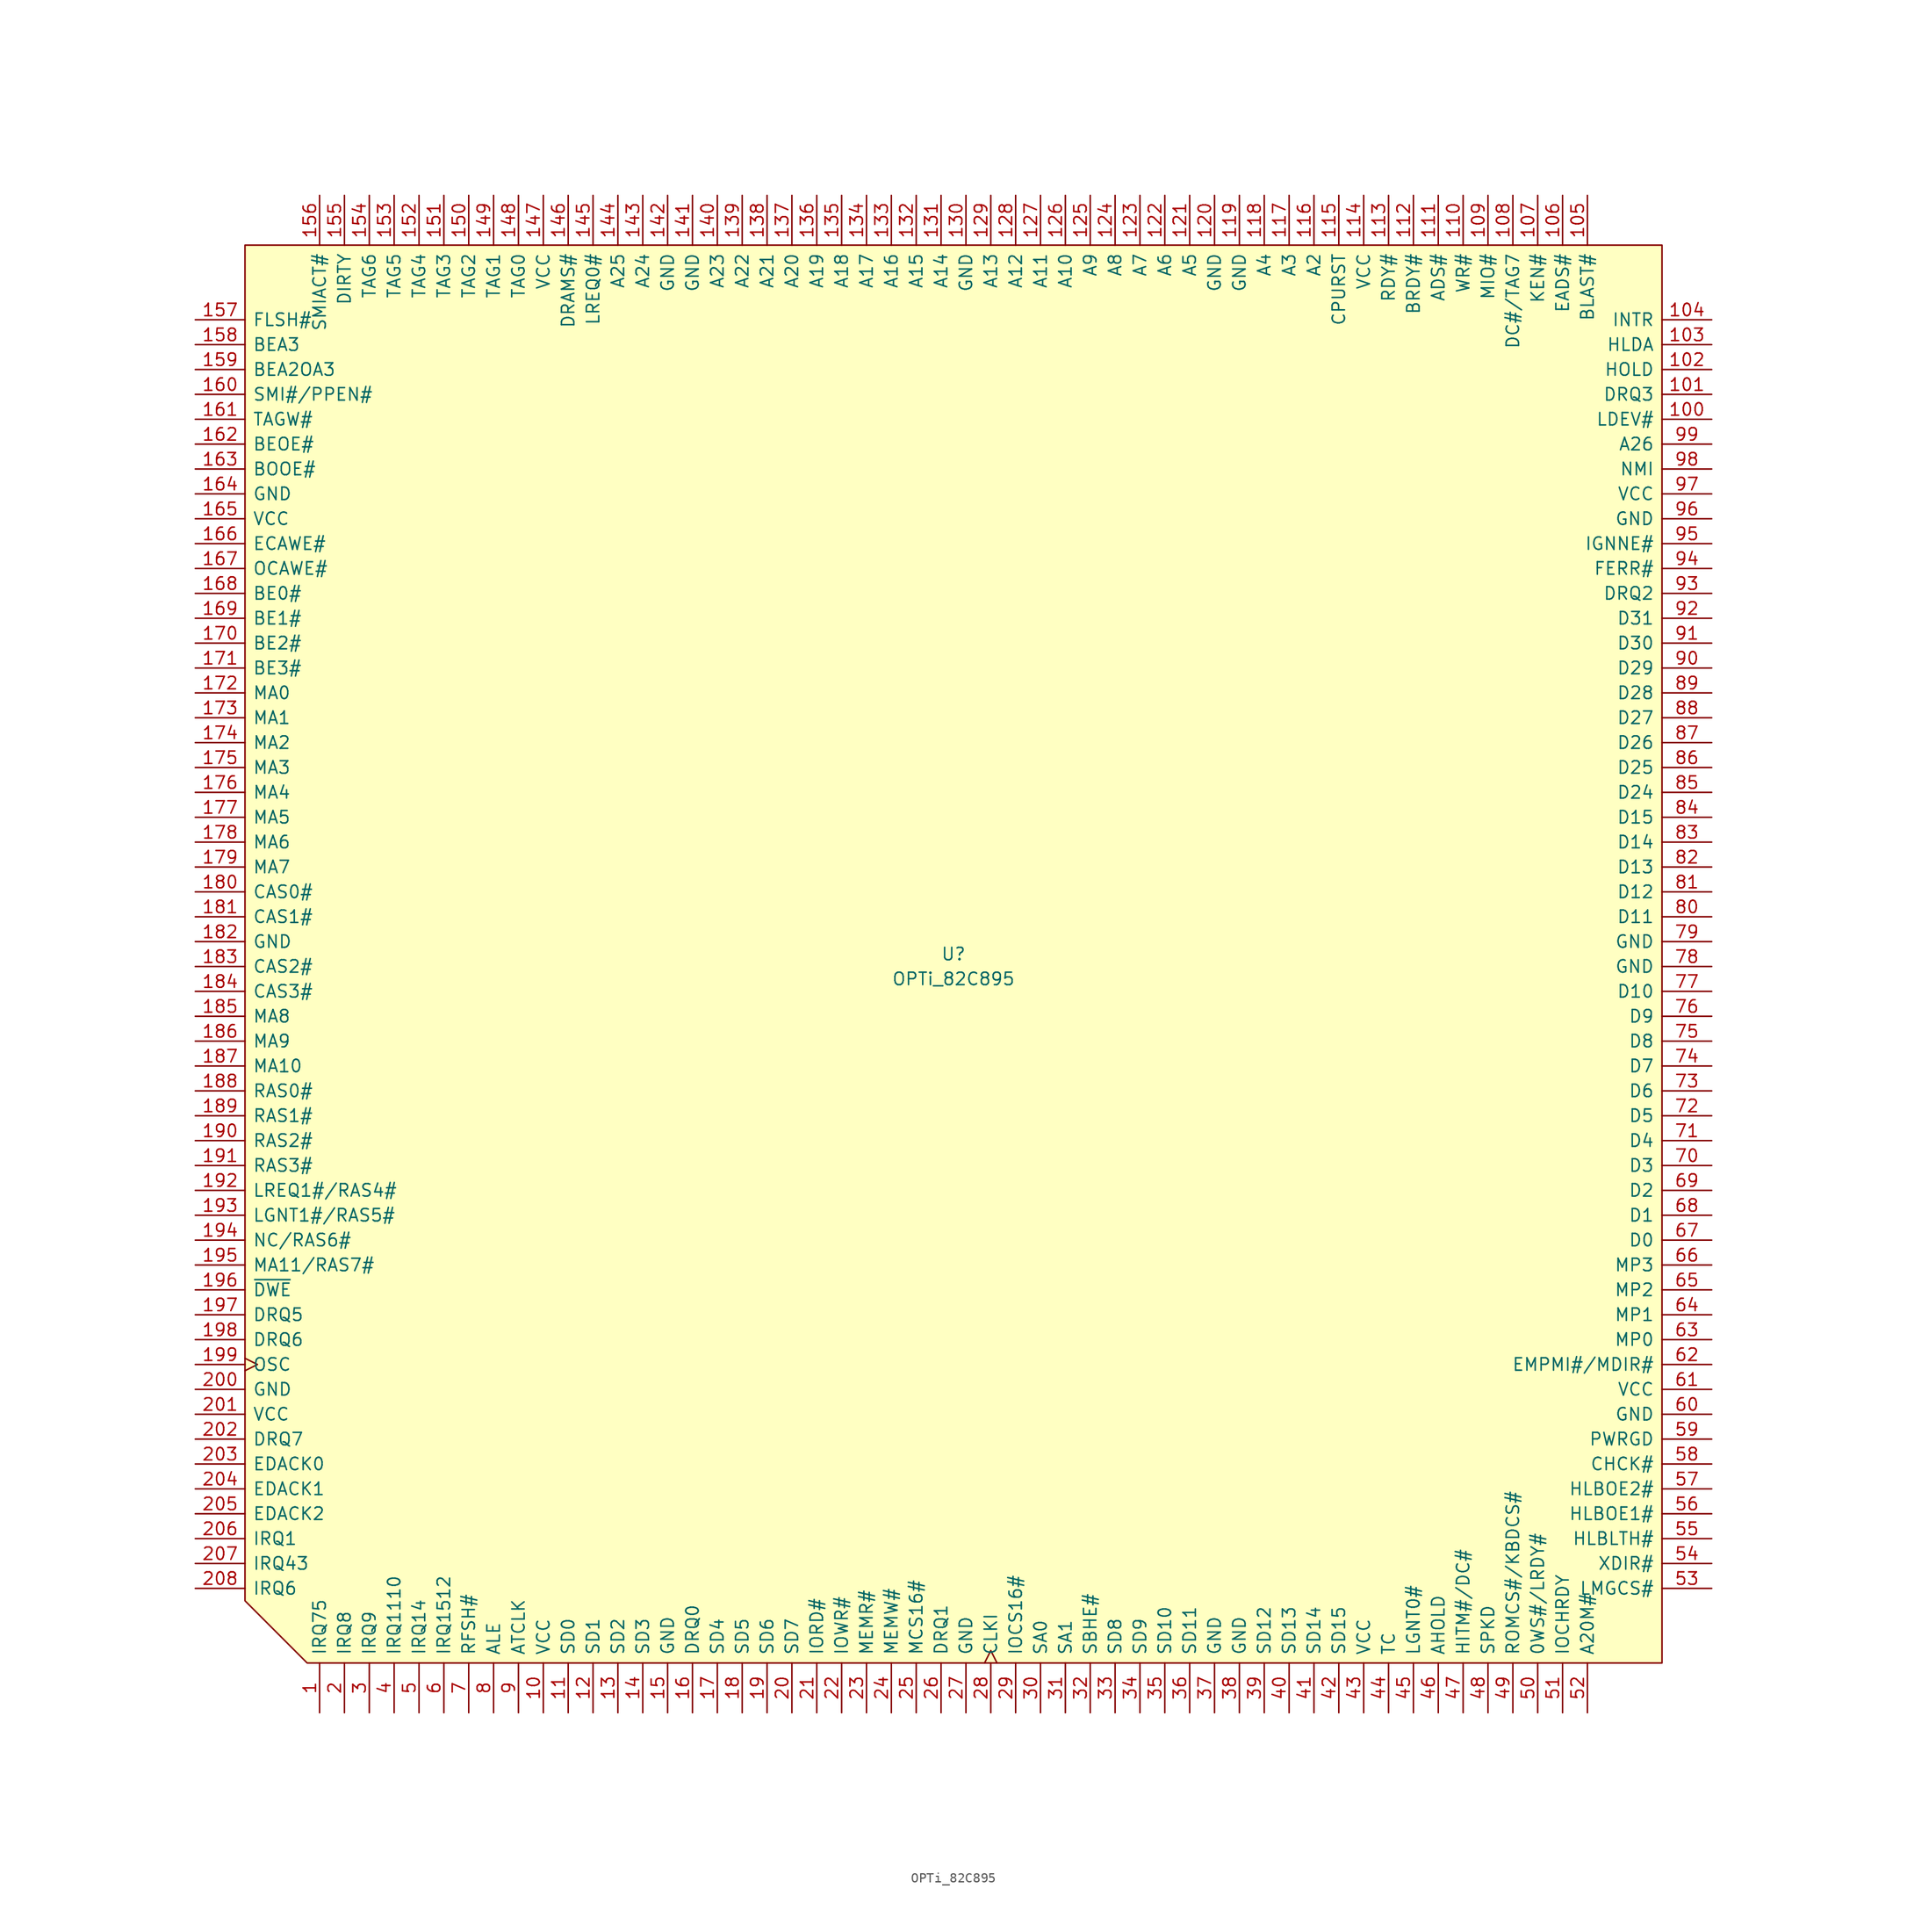
<source format=kicad_sym>
(kicad_symbol_lib
  (version 20211014)
  (generator kicad_symbol_editor)
  (symbol "OPTi_82C895"
    (pin_names
      (offset 0.762))
    (property "Reference" "U"
      (at 0 0 0)
      (effects (font (size 1.27 1.27))))
    (property "Value" "OPTi_82C895"
      (at 0 -2.54 0)
      (effects (font (size 1.27 1.27))))
    (symbol "OPTi_82C895_0_1"
      (polyline (pts (xy -66.04 -72.39) (xy 72.39 -72.39) (xy 72.39 72.39) (xy -72.39 72.39) (xy -72.39 -66.04) (xy -66.04 -72.39)) (stroke (width 0) (type default) (color 0 0 0 0)) (fill (type background))))
    (symbol "OPTi_82C895_1_1"
      (pin input line (at -64.77 -77.47 90) (length 5.08) (name "IRQ75" (effects (font (size 1.27 1.27)))) (number "1" (effects (font (size 1.27 1.27)))))
      (pin power_in line (at -41.91 -77.47 90) (length 5.08) (name "VCC" (effects (font (size 1.27 1.27)))) (number "10" (effects (font (size 1.27 1.27)))))
      (pin input line (at 77.47 54.61 180) (length 5.08) (name "LDEV#" (effects (font (size 1.27 1.27)))) (number "100" (effects (font (size 1.27 1.27)))))
      (pin open_collector line (at 77.47 57.15 180) (length 5.08) (name "DRQ3" (effects (font (size 1.27 1.27)))) (number "101" (effects (font (size 1.27 1.27)))))
      (pin output line (at 77.47 59.69 180) (length 5.08) (name "HOLD" (effects (font (size 1.27 1.27)))) (number "102" (effects (font (size 1.27 1.27)))))
      (pin input line (at 77.47 62.23 180) (length 5.08) (name "HLDA" (effects (font (size 1.27 1.27)))) (number "103" (effects (font (size 1.27 1.27)))))
      (pin output line (at 77.47 64.77 180) (length 5.08) (name "INTR" (effects (font (size 1.27 1.27)))) (number "104" (effects (font (size 1.27 1.27)))))
      (pin input line (at 64.77 77.47 270) (length 5.08) (name "BLAST#" (effects (font (size 1.27 1.27)))) (number "105" (effects (font (size 1.27 1.27)))))
      (pin output line (at 62.23 77.47 270) (length 5.08) (name "EADS#" (effects (font (size 1.27 1.27)))) (number "106" (effects (font (size 1.27 1.27)))))
      (pin output line (at 59.69 77.47 270) (length 5.08) (name "KEN#" (effects (font (size 1.27 1.27)))) (number "107" (effects (font (size 1.27 1.27)))))
      (pin bidirectional line (at 57.15 77.47 270) (length 5.08) (name "DC#/TAG7" (effects (font (size 1.27 1.27)))) (number "108" (effects (font (size 1.27 1.27)))))
      (pin bidirectional line (at 54.61 77.47 270) (length 5.08) (name "MIO#" (effects (font (size 1.27 1.27)))) (number "109" (effects (font (size 1.27 1.27)))))
      (pin bidirectional line (at -39.37 -77.47 90) (length 5.08) (name "SD0" (effects (font (size 1.27 1.27)))) (number "11" (effects (font (size 1.27 1.27)))))
      (pin bidirectional line (at 52.07 77.47 270) (length 5.08) (name "WR#" (effects (font (size 1.27 1.27)))) (number "110" (effects (font (size 1.27 1.27)))))
      (pin bidirectional line (at 49.53 77.47 270) (length 5.08) (name "ADS#" (effects (font (size 1.27 1.27)))) (number "111" (effects (font (size 1.27 1.27)))))
      (pin bidirectional line (at 46.99 77.47 270) (length 5.08) (name "BRDY#" (effects (font (size 1.27 1.27)))) (number "112" (effects (font (size 1.27 1.27)))))
      (pin bidirectional line (at 44.45 77.47 270) (length 5.08) (name "RDY#" (effects (font (size 1.27 1.27)))) (number "113" (effects (font (size 1.27 1.27)))))
      (pin power_in line (at 41.91 77.47 270) (length 5.08) (name "VCC" (effects (font (size 1.27 1.27)))) (number "114" (effects (font (size 1.27 1.27)))))
      (pin output line (at 39.37 77.47 270) (length 5.08) (name "CPURST" (effects (font (size 1.27 1.27)))) (number "115" (effects (font (size 1.27 1.27)))))
      (pin bidirectional line (at 36.83 77.47 270) (length 5.08) (name "A2" (effects (font (size 1.27 1.27)))) (number "116" (effects (font (size 1.27 1.27)))))
      (pin bidirectional line (at 34.29 77.47 270) (length 5.08) (name "A3" (effects (font (size 1.27 1.27)))) (number "117" (effects (font (size 1.27 1.27)))))
      (pin bidirectional line (at 31.75 77.47 270) (length 5.08) (name "A4" (effects (font (size 1.27 1.27)))) (number "118" (effects (font (size 1.27 1.27)))))
      (pin power_in line (at 29.21 77.47 270) (length 5.08) (name "GND" (effects (font (size 1.27 1.27)))) (number "119" (effects (font (size 1.27 1.27)))))
      (pin bidirectional line (at -36.83 -77.47 90) (length 5.08) (name "SD1" (effects (font (size 1.27 1.27)))) (number "12" (effects (font (size 1.27 1.27)))))
      (pin power_in line (at 26.67 77.47 270) (length 5.08) (name "GND" (effects (font (size 1.27 1.27)))) (number "120" (effects (font (size 1.27 1.27)))))
      (pin bidirectional line (at 24.13 77.47 270) (length 5.08) (name "A5" (effects (font (size 1.27 1.27)))) (number "121" (effects (font (size 1.27 1.27)))))
      (pin bidirectional line (at 21.59 77.47 270) (length 5.08) (name "A6" (effects (font (size 1.27 1.27)))) (number "122" (effects (font (size 1.27 1.27)))))
      (pin bidirectional line (at 19.05 77.47 270) (length 5.08) (name "A7" (effects (font (size 1.27 1.27)))) (number "123" (effects (font (size 1.27 1.27)))))
      (pin bidirectional line (at 16.51 77.47 270) (length 5.08) (name "A8" (effects (font (size 1.27 1.27)))) (number "124" (effects (font (size 1.27 1.27)))))
      (pin bidirectional line (at 13.97 77.47 270) (length 5.08) (name "A9" (effects (font (size 1.27 1.27)))) (number "125" (effects (font (size 1.27 1.27)))))
      (pin bidirectional line (at 11.43 77.47 270) (length 5.08) (name "A10" (effects (font (size 1.27 1.27)))) (number "126" (effects (font (size 1.27 1.27)))))
      (pin bidirectional line (at 8.89 77.47 270) (length 5.08) (name "A11" (effects (font (size 1.27 1.27)))) (number "127" (effects (font (size 1.27 1.27)))))
      (pin bidirectional line (at 6.35 77.47 270) (length 5.08) (name "A12" (effects (font (size 1.27 1.27)))) (number "128" (effects (font (size 1.27 1.27)))))
      (pin bidirectional line (at 3.81 77.47 270) (length 5.08) (name "A13" (effects (font (size 1.27 1.27)))) (number "129" (effects (font (size 1.27 1.27)))))
      (pin bidirectional line (at -34.29 -77.47 90) (length 5.08) (name "SD2" (effects (font (size 1.27 1.27)))) (number "13" (effects (font (size 1.27 1.27)))))
      (pin power_in line (at 1.27 77.47 270) (length 5.08) (name "GND" (effects (font (size 1.27 1.27)))) (number "130" (effects (font (size 1.27 1.27)))))
      (pin bidirectional line (at -1.27 77.47 270) (length 5.08) (name "A14" (effects (font (size 1.27 1.27)))) (number "131" (effects (font (size 1.27 1.27)))))
      (pin bidirectional line (at -3.81 77.47 270) (length 5.08) (name "A15" (effects (font (size 1.27 1.27)))) (number "132" (effects (font (size 1.27 1.27)))))
      (pin bidirectional line (at -6.35 77.47 270) (length 5.08) (name "A16" (effects (font (size 1.27 1.27)))) (number "133" (effects (font (size 1.27 1.27)))))
      (pin bidirectional line (at -8.89 77.47 270) (length 5.08) (name "A17" (effects (font (size 1.27 1.27)))) (number "134" (effects (font (size 1.27 1.27)))))
      (pin bidirectional line (at -11.43 77.47 270) (length 5.08) (name "A18" (effects (font (size 1.27 1.27)))) (number "135" (effects (font (size 1.27 1.27)))))
      (pin bidirectional line (at -13.97 77.47 270) (length 5.08) (name "A19" (effects (font (size 1.27 1.27)))) (number "136" (effects (font (size 1.27 1.27)))))
      (pin bidirectional line (at -16.51 77.47 270) (length 5.08) (name "A20" (effects (font (size 1.27 1.27)))) (number "137" (effects (font (size 1.27 1.27)))))
      (pin bidirectional line (at -19.05 77.47 270) (length 5.08) (name "A21" (effects (font (size 1.27 1.27)))) (number "138" (effects (font (size 1.27 1.27)))))
      (pin bidirectional line (at -21.59 77.47 270) (length 5.08) (name "A22" (effects (font (size 1.27 1.27)))) (number "139" (effects (font (size 1.27 1.27)))))
      (pin bidirectional line (at -31.75 -77.47 90) (length 5.08) (name "SD3" (effects (font (size 1.27 1.27)))) (number "14" (effects (font (size 1.27 1.27)))))
      (pin bidirectional line (at -24.13 77.47 270) (length 5.08) (name "A23" (effects (font (size 1.27 1.27)))) (number "140" (effects (font (size 1.27 1.27)))))
      (pin power_in line (at -26.67 77.47 270) (length 5.08) (name "GND" (effects (font (size 1.27 1.27)))) (number "141" (effects (font (size 1.27 1.27)))))
      (pin power_in line (at -29.21 77.47 270) (length 5.08) (name "GND" (effects (font (size 1.27 1.27)))) (number "142" (effects (font (size 1.27 1.27)))))
      (pin input line (at -31.75 77.47 270) (length 5.08) (name "A24" (effects (font (size 1.27 1.27)))) (number "143" (effects (font (size 1.27 1.27)))))
      (pin input line (at -34.29 77.47 270) (length 5.08) (name "A25" (effects (font (size 1.27 1.27)))) (number "144" (effects (font (size 1.27 1.27)))))
      (pin input line (at -36.83 77.47 270) (length 5.08) (name "LREQ0#" (effects (font (size 1.27 1.27)))) (number "145" (effects (font (size 1.27 1.27)))))
      (pin input line (at -39.37 77.47 270) (length 5.08) (name "DRAMS#" (effects (font (size 1.27 1.27)))) (number "146" (effects (font (size 1.27 1.27)))))
      (pin power_in line (at -41.91 77.47 270) (length 5.08) (name "VCC" (effects (font (size 1.27 1.27)))) (number "147" (effects (font (size 1.27 1.27)))))
      (pin bidirectional line (at -44.45 77.47 270) (length 5.08) (name "TAG0" (effects (font (size 1.27 1.27)))) (number "148" (effects (font (size 1.27 1.27)))))
      (pin bidirectional line (at -46.99 77.47 270) (length 5.08) (name "TAG1" (effects (font (size 1.27 1.27)))) (number "149" (effects (font (size 1.27 1.27)))))
      (pin power_in line (at -29.21 -77.47 90) (length 5.08) (name "GND" (effects (font (size 1.27 1.27)))) (number "15" (effects (font (size 1.27 1.27)))))
      (pin bidirectional line (at -49.53 77.47 270) (length 5.08) (name "TAG2" (effects (font (size 1.27 1.27)))) (number "150" (effects (font (size 1.27 1.27)))))
      (pin bidirectional line (at -52.07 77.47 270) (length 5.08) (name "TAG3" (effects (font (size 1.27 1.27)))) (number "151" (effects (font (size 1.27 1.27)))))
      (pin bidirectional line (at -54.61 77.47 270) (length 5.08) (name "TAG4" (effects (font (size 1.27 1.27)))) (number "152" (effects (font (size 1.27 1.27)))))
      (pin bidirectional line (at -57.15 77.47 270) (length 5.08) (name "TAG5" (effects (font (size 1.27 1.27)))) (number "153" (effects (font (size 1.27 1.27)))))
      (pin bidirectional line (at -59.69 77.47 270) (length 5.08) (name "TAG6" (effects (font (size 1.27 1.27)))) (number "154" (effects (font (size 1.27 1.27)))))
      (pin bidirectional line (at -62.23 77.47 270) (length 5.08) (name "DIRTY" (effects (font (size 1.27 1.27)))) (number "155" (effects (font (size 1.27 1.27)))))
      (pin bidirectional line (at -64.77 77.47 270) (length 5.08) (name "SMIACT#" (effects (font (size 1.27 1.27)))) (number "156" (effects (font (size 1.27 1.27)))))
      (pin output line (at -77.47 64.77 0) (length 5.08) (name "FLSH#" (effects (font (size 1.27 1.27)))) (number "157" (effects (font (size 1.27 1.27)))))
      (pin output line (at -77.47 62.23 0) (length 5.08) (name "BEA3" (effects (font (size 1.27 1.27)))) (number "158" (effects (font (size 1.27 1.27)))))
      (pin output line (at -77.47 59.69 0) (length 5.08) (name "BEA2OA3" (effects (font (size 1.27 1.27)))) (number "159" (effects (font (size 1.27 1.27)))))
      (pin open_collector line (at -26.67 -77.47 90) (length 5.08) (name "DRQ0" (effects (font (size 1.27 1.27)))) (number "16" (effects (font (size 1.27 1.27)))))
      (pin bidirectional line (at -77.47 57.15 0) (length 5.08) (name "SMI#/PPEN#" (effects (font (size 1.27 1.27)))) (number "160" (effects (font (size 1.27 1.27)))))
      (pin output line (at -77.47 54.61 0) (length 5.08) (name "TAGW#" (effects (font (size 1.27 1.27)))) (number "161" (effects (font (size 1.27 1.27)))))
      (pin output line (at -77.47 52.07 0) (length 5.08) (name "BEOE#" (effects (font (size 1.27 1.27)))) (number "162" (effects (font (size 1.27 1.27)))))
      (pin output line (at -77.47 49.53 0) (length 5.08) (name "BOOE#" (effects (font (size 1.27 1.27)))) (number "163" (effects (font (size 1.27 1.27)))))
      (pin power_in line (at -77.47 46.99 0) (length 5.08) (name "GND" (effects (font (size 1.27 1.27)))) (number "164" (effects (font (size 1.27 1.27)))))
      (pin power_in line (at -77.47 44.45 0) (length 5.08) (name "VCC" (effects (font (size 1.27 1.27)))) (number "165" (effects (font (size 1.27 1.27)))))
      (pin output line (at -77.47 41.91 0) (length 5.08) (name "ECAWE#" (effects (font (size 1.27 1.27)))) (number "166" (effects (font (size 1.27 1.27)))))
      (pin output line (at -77.47 39.37 0) (length 5.08) (name "OCAWE#" (effects (font (size 1.27 1.27)))) (number "167" (effects (font (size 1.27 1.27)))))
      (pin bidirectional line (at -77.47 36.83 0) (length 5.08) (name "BE0#" (effects (font (size 1.27 1.27)))) (number "168" (effects (font (size 1.27 1.27)))))
      (pin bidirectional line (at -77.47 34.29 0) (length 5.08) (name "BE1#" (effects (font (size 1.27 1.27)))) (number "169" (effects (font (size 1.27 1.27)))))
      (pin bidirectional line (at -24.13 -77.47 90) (length 5.08) (name "SD4" (effects (font (size 1.27 1.27)))) (number "17" (effects (font (size 1.27 1.27)))))
      (pin bidirectional line (at -77.47 31.75 0) (length 5.08) (name "BE2#" (effects (font (size 1.27 1.27)))) (number "170" (effects (font (size 1.27 1.27)))))
      (pin bidirectional line (at -77.47 29.21 0) (length 5.08) (name "BE3#" (effects (font (size 1.27 1.27)))) (number "171" (effects (font (size 1.27 1.27)))))
      (pin output line (at -77.47 26.67 0) (length 5.08) (name "MA0" (effects (font (size 1.27 1.27)))) (number "172" (effects (font (size 1.27 1.27)))))
      (pin output line (at -77.47 24.13 0) (length 5.08) (name "MA1" (effects (font (size 1.27 1.27)))) (number "173" (effects (font (size 1.27 1.27)))))
      (pin output line (at -77.47 21.59 0) (length 5.08) (name "MA2" (effects (font (size 1.27 1.27)))) (number "174" (effects (font (size 1.27 1.27)))))
      (pin output line (at -77.47 19.05 0) (length 5.08) (name "MA3" (effects (font (size 1.27 1.27)))) (number "175" (effects (font (size 1.27 1.27)))))
      (pin output line (at -77.47 16.51 0) (length 5.08) (name "MA4" (effects (font (size 1.27 1.27)))) (number "176" (effects (font (size 1.27 1.27)))))
      (pin output line (at -77.47 13.97 0) (length 5.08) (name "MA5" (effects (font (size 1.27 1.27)))) (number "177" (effects (font (size 1.27 1.27)))))
      (pin output line (at -77.47 11.43 0) (length 5.08) (name "MA6" (effects (font (size 1.27 1.27)))) (number "178" (effects (font (size 1.27 1.27)))))
      (pin output line (at -77.47 8.89 0) (length 5.08) (name "MA7" (effects (font (size 1.27 1.27)))) (number "179" (effects (font (size 1.27 1.27)))))
      (pin bidirectional line (at -21.59 -77.47 90) (length 5.08) (name "SD5" (effects (font (size 1.27 1.27)))) (number "18" (effects (font (size 1.27 1.27)))))
      (pin output line (at -77.47 6.35 0) (length 5.08) (name "CAS0#" (effects (font (size 1.27 1.27)))) (number "180" (effects (font (size 1.27 1.27)))))
      (pin output line (at -77.47 3.81 0) (length 5.08) (name "CAS1#" (effects (font (size 1.27 1.27)))) (number "181" (effects (font (size 1.27 1.27)))))
      (pin power_in line (at -77.47 1.27 0) (length 5.08) (name "GND" (effects (font (size 1.27 1.27)))) (number "182" (effects (font (size 1.27 1.27)))))
      (pin output line (at -77.47 -1.27 0) (length 5.08) (name "CAS2#" (effects (font (size 1.27 1.27)))) (number "183" (effects (font (size 1.27 1.27)))))
      (pin output line (at -77.47 -3.81 0) (length 5.08) (name "CAS3#" (effects (font (size 1.27 1.27)))) (number "184" (effects (font (size 1.27 1.27)))))
      (pin output line (at -77.47 -6.35 0) (length 5.08) (name "MA8" (effects (font (size 1.27 1.27)))) (number "185" (effects (font (size 1.27 1.27)))))
      (pin output line (at -77.47 -8.89 0) (length 5.08) (name "MA9" (effects (font (size 1.27 1.27)))) (number "186" (effects (font (size 1.27 1.27)))))
      (pin output line (at -77.47 -11.43 0) (length 5.08) (name "MA10" (effects (font (size 1.27 1.27)))) (number "187" (effects (font (size 1.27 1.27)))))
      (pin output line (at -77.47 -13.97 0) (length 5.08) (name "RAS0#" (effects (font (size 1.27 1.27)))) (number "188" (effects (font (size 1.27 1.27)))))
      (pin output line (at -77.47 -16.51 0) (length 5.08) (name "RAS1#" (effects (font (size 1.27 1.27)))) (number "189" (effects (font (size 1.27 1.27)))))
      (pin bidirectional line (at -19.05 -77.47 90) (length 5.08) (name "SD6" (effects (font (size 1.27 1.27)))) (number "19" (effects (font (size 1.27 1.27)))))
      (pin output line (at -77.47 -19.05 0) (length 5.08) (name "RAS2#" (effects (font (size 1.27 1.27)))) (number "190" (effects (font (size 1.27 1.27)))))
      (pin output line (at -77.47 -21.59 0) (length 5.08) (name "RAS3#" (effects (font (size 1.27 1.27)))) (number "191" (effects (font (size 1.27 1.27)))))
      (pin input line (at -77.47 -24.13 0) (length 5.08) (name "LREQ1#/RAS4#" (effects (font (size 1.27 1.27)))) (number "192" (effects (font (size 1.27 1.27)))))
      (pin output line (at -77.47 -26.67 0) (length 5.08) (name "LGNT1#/RAS5#" (effects (font (size 1.27 1.27)))) (number "193" (effects (font (size 1.27 1.27)))))
      (pin output line (at -77.47 -29.21 0) (length 5.08) (name "NC/RAS6#" (effects (font (size 1.27 1.27)))) (number "194" (effects (font (size 1.27 1.27)))))
      (pin output line (at -77.47 -31.75 0) (length 5.08) (name "MA11/RAS7#" (effects (font (size 1.27 1.27)))) (number "195" (effects (font (size 1.27 1.27)))))
      (pin output line (at -77.47 -34.29 0) (length 5.08) (name "~{DWE}" (effects (font (size 1.27 1.27)))) (number "196" (effects (font (size 1.27 1.27)))))
      (pin open_collector line (at -77.47 -36.83 0) (length 5.08) (name "DRQ5" (effects (font (size 1.27 1.27)))) (number "197" (effects (font (size 1.27 1.27)))))
      (pin open_collector line (at -77.47 -39.37 0) (length 5.08) (name "DRQ6" (effects (font (size 1.27 1.27)))) (number "198" (effects (font (size 1.27 1.27)))))
      (pin input clock (at -77.47 -41.91 0) (length 5.08) (name "OSC" (effects (font (size 1.27 1.27)))) (number "199" (effects (font (size 1.27 1.27)))))
      (pin input line (at -62.23 -77.47 90) (length 5.08) (name "IRQ8" (effects (font (size 1.27 1.27)))) (number "2" (effects (font (size 1.27 1.27)))))
      (pin bidirectional line (at -16.51 -77.47 90) (length 5.08) (name "SD7" (effects (font (size 1.27 1.27)))) (number "20" (effects (font (size 1.27 1.27)))))
      (pin power_in line (at -77.47 -44.45 0) (length 5.08) (name "GND" (effects (font (size 1.27 1.27)))) (number "200" (effects (font (size 1.27 1.27)))))
      (pin power_in line (at -77.47 -46.99 0) (length 5.08) (name "VCC" (effects (font (size 1.27 1.27)))) (number "201" (effects (font (size 1.27 1.27)))))
      (pin open_collector line (at -77.47 -49.53 0) (length 5.08) (name "DRQ7" (effects (font (size 1.27 1.27)))) (number "202" (effects (font (size 1.27 1.27)))))
      (pin output line (at -77.47 -52.07 0) (length 5.08) (name "EDACK0" (effects (font (size 1.27 1.27)))) (number "203" (effects (font (size 1.27 1.27)))))
      (pin output line (at -77.47 -54.61 0) (length 5.08) (name "EDACK1" (effects (font (size 1.27 1.27)))) (number "204" (effects (font (size 1.27 1.27)))))
      (pin output line (at -77.47 -57.15 0) (length 5.08) (name "EDACK2" (effects (font (size 1.27 1.27)))) (number "205" (effects (font (size 1.27 1.27)))))
      (pin input line (at -77.47 -59.69 0) (length 5.08) (name "IRQ1" (effects (font (size 1.27 1.27)))) (number "206" (effects (font (size 1.27 1.27)))))
      (pin input line (at -77.47 -62.23 0) (length 5.08) (name "IRQ43" (effects (font (size 1.27 1.27)))) (number "207" (effects (font (size 1.27 1.27)))))
      (pin input line (at -77.47 -64.77 0) (length 5.08) (name "IRQ6" (effects (font (size 1.27 1.27)))) (number "208" (effects (font (size 1.27 1.27)))))
      (pin bidirectional line (at -13.97 -77.47 90) (length 5.08) (name "IORD#" (effects (font (size 1.27 1.27)))) (number "21" (effects (font (size 1.27 1.27)))))
      (pin bidirectional line (at -11.43 -77.47 90) (length 5.08) (name "IOWR#" (effects (font (size 1.27 1.27)))) (number "22" (effects (font (size 1.27 1.27)))))
      (pin bidirectional line (at -8.89 -77.47 90) (length 5.08) (name "MEMR#" (effects (font (size 1.27 1.27)))) (number "23" (effects (font (size 1.27 1.27)))))
      (pin bidirectional line (at -6.35 -77.47 90) (length 5.08) (name "MEMW#" (effects (font (size 1.27 1.27)))) (number "24" (effects (font (size 1.27 1.27)))))
      (pin bidirectional line (at -3.81 -77.47 90) (length 5.08) (name "MCS16#" (effects (font (size 1.27 1.27)))) (number "25" (effects (font (size 1.27 1.27)))))
      (pin open_collector line (at -1.27 -77.47 90) (length 5.08) (name "DRQ1" (effects (font (size 1.27 1.27)))) (number "26" (effects (font (size 1.27 1.27)))))
      (pin power_in line (at 1.27 -77.47 90) (length 5.08) (name "GND" (effects (font (size 1.27 1.27)))) (number "27" (effects (font (size 1.27 1.27)))))
      (pin input clock (at 3.81 -77.47 90) (length 5.08) (name "CLKI" (effects (font (size 1.27 1.27)))) (number "28" (effects (font (size 1.27 1.27)))))
      (pin input line (at 6.35 -77.47 90) (length 5.08) (name "IOCS16#" (effects (font (size 1.27 1.27)))) (number "29" (effects (font (size 1.27 1.27)))))
      (pin input line (at -59.69 -77.47 90) (length 5.08) (name "IRQ9" (effects (font (size 1.27 1.27)))) (number "3" (effects (font (size 1.27 1.27)))))
      (pin bidirectional line (at 8.89 -77.47 90) (length 5.08) (name "SA0" (effects (font (size 1.27 1.27)))) (number "30" (effects (font (size 1.27 1.27)))))
      (pin bidirectional line (at 11.43 -77.47 90) (length 5.08) (name "SA1" (effects (font (size 1.27 1.27)))) (number "31" (effects (font (size 1.27 1.27)))))
      (pin bidirectional line (at 13.97 -77.47 90) (length 5.08) (name "SBHE#" (effects (font (size 1.27 1.27)))) (number "32" (effects (font (size 1.27 1.27)))))
      (pin bidirectional line (at 16.51 -77.47 90) (length 5.08) (name "SD8" (effects (font (size 1.27 1.27)))) (number "33" (effects (font (size 1.27 1.27)))))
      (pin bidirectional line (at 19.05 -77.47 90) (length 5.08) (name "SD9" (effects (font (size 1.27 1.27)))) (number "34" (effects (font (size 1.27 1.27)))))
      (pin bidirectional line (at 21.59 -77.47 90) (length 5.08) (name "SD10" (effects (font (size 1.27 1.27)))) (number "35" (effects (font (size 1.27 1.27)))))
      (pin bidirectional line (at 24.13 -77.47 90) (length 5.08) (name "SD11" (effects (font (size 1.27 1.27)))) (number "36" (effects (font (size 1.27 1.27)))))
      (pin power_in line (at 26.67 -77.47 90) (length 5.08) (name "GND" (effects (font (size 1.27 1.27)))) (number "37" (effects (font (size 1.27 1.27)))))
      (pin power_in line (at 29.21 -77.47 90) (length 5.08) (name "GND" (effects (font (size 1.27 1.27)))) (number "38" (effects (font (size 1.27 1.27)))))
      (pin bidirectional line (at 31.75 -77.47 90) (length 5.08) (name "SD12" (effects (font (size 1.27 1.27)))) (number "39" (effects (font (size 1.27 1.27)))))
      (pin input line (at -57.15 -77.47 90) (length 5.08) (name "IRQ1110" (effects (font (size 1.27 1.27)))) (number "4" (effects (font (size 1.27 1.27)))))
      (pin bidirectional line (at 34.29 -77.47 90) (length 5.08) (name "SD13" (effects (font (size 1.27 1.27)))) (number "40" (effects (font (size 1.27 1.27)))))
      (pin bidirectional line (at 36.83 -77.47 90) (length 5.08) (name "SD14" (effects (font (size 1.27 1.27)))) (number "41" (effects (font (size 1.27 1.27)))))
      (pin bidirectional line (at 39.37 -77.47 90) (length 5.08) (name "SD15" (effects (font (size 1.27 1.27)))) (number "42" (effects (font (size 1.27 1.27)))))
      (pin power_in line (at 41.91 -77.47 90) (length 5.08) (name "VCC" (effects (font (size 1.27 1.27)))) (number "43" (effects (font (size 1.27 1.27)))))
      (pin output line (at 44.45 -77.47 90) (length 5.08) (name "TC" (effects (font (size 1.27 1.27)))) (number "44" (effects (font (size 1.27 1.27)))))
      (pin output line (at 46.99 -77.47 90) (length 5.08) (name "LGNT0#" (effects (font (size 1.27 1.27)))) (number "45" (effects (font (size 1.27 1.27)))))
      (pin output line (at 49.53 -77.47 90) (length 5.08) (name "AHOLD" (effects (font (size 1.27 1.27)))) (number "46" (effects (font (size 1.27 1.27)))))
      (pin input line (at 52.07 -77.47 90) (length 5.08) (name "HITM#/DC#" (effects (font (size 1.27 1.27)))) (number "47" (effects (font (size 1.27 1.27)))))
      (pin output line (at 54.61 -77.47 90) (length 5.08) (name "SPKD" (effects (font (size 1.27 1.27)))) (number "48" (effects (font (size 1.27 1.27)))))
      (pin output line (at 57.15 -77.47 90) (length 5.08) (name "ROMCS#/KBDCS#" (effects (font (size 1.27 1.27)))) (number "49" (effects (font (size 1.27 1.27)))))
      (pin input line (at -54.61 -77.47 90) (length 5.08) (name "IRQ14" (effects (font (size 1.27 1.27)))) (number "5" (effects (font (size 1.27 1.27)))))
      (pin input line (at 59.69 -77.47 90) (length 5.08) (name "0WS#/LRDY#" (effects (font (size 1.27 1.27)))) (number "50" (effects (font (size 1.27 1.27)))))
      (pin bidirectional line (at 62.23 -77.47 90) (length 5.08) (name "IOCHRDY" (effects (font (size 1.27 1.27)))) (number "51" (effects (font (size 1.27 1.27)))))
      (pin output line (at 64.77 -77.47 90) (length 5.08) (name "A20M#" (effects (font (size 1.27 1.27)))) (number "52" (effects (font (size 1.27 1.27)))))
      (pin output line (at 77.47 -64.77 180) (length 5.08) (name "LMGCS#" (effects (font (size 1.27 1.27)))) (number "53" (effects (font (size 1.27 1.27)))))
      (pin output line (at 77.47 -62.23 180) (length 5.08) (name "XDIR#" (effects (font (size 1.27 1.27)))) (number "54" (effects (font (size 1.27 1.27)))))
      (pin output line (at 77.47 -59.69 180) (length 5.08) (name "HLBLTH#" (effects (font (size 1.27 1.27)))) (number "55" (effects (font (size 1.27 1.27)))))
      (pin output line (at 77.47 -57.15 180) (length 5.08) (name "HLBOE1#" (effects (font (size 1.27 1.27)))) (number "56" (effects (font (size 1.27 1.27)))))
      (pin output line (at 77.47 -54.61 180) (length 5.08) (name "HLBOE2#" (effects (font (size 1.27 1.27)))) (number "57" (effects (font (size 1.27 1.27)))))
      (pin input line (at 77.47 -52.07 180) (length 5.08) (name "CHCK#" (effects (font (size 1.27 1.27)))) (number "58" (effects (font (size 1.27 1.27)))))
      (pin input line (at 77.47 -49.53 180) (length 5.08) (name "PWRGD" (effects (font (size 1.27 1.27)))) (number "59" (effects (font (size 1.27 1.27)))))
      (pin input line (at -52.07 -77.47 90) (length 5.08) (name "IRQ1512" (effects (font (size 1.27 1.27)))) (number "6" (effects (font (size 1.27 1.27)))))
      (pin power_in line (at 77.47 -46.99 180) (length 5.08) (name "GND" (effects (font (size 1.27 1.27)))) (number "60" (effects (font (size 1.27 1.27)))))
      (pin power_in line (at 77.47 -44.45 180) (length 5.08) (name "VCC" (effects (font (size 1.27 1.27)))) (number "61" (effects (font (size 1.27 1.27)))))
      (pin bidirectional line (at 77.47 -41.91 180) (length 5.08) (name "EMPMI#/MDIR#" (effects (font (size 1.27 1.27)))) (number "62" (effects (font (size 1.27 1.27)))))
      (pin bidirectional line (at 77.47 -39.37 180) (length 5.08) (name "MP0" (effects (font (size 1.27 1.27)))) (number "63" (effects (font (size 1.27 1.27)))))
      (pin bidirectional line (at 77.47 -36.83 180) (length 5.08) (name "MP1" (effects (font (size 1.27 1.27)))) (number "64" (effects (font (size 1.27 1.27)))))
      (pin bidirectional line (at 77.47 -34.29 180) (length 5.08) (name "MP2" (effects (font (size 1.27 1.27)))) (number "65" (effects (font (size 1.27 1.27)))))
      (pin bidirectional line (at 77.47 -31.75 180) (length 5.08) (name "MP3" (effects (font (size 1.27 1.27)))) (number "66" (effects (font (size 1.27 1.27)))))
      (pin bidirectional line (at 77.47 -29.21 180) (length 5.08) (name "D0" (effects (font (size 1.27 1.27)))) (number "67" (effects (font (size 1.27 1.27)))))
      (pin bidirectional line (at 77.47 -26.67 180) (length 5.08) (name "D1" (effects (font (size 1.27 1.27)))) (number "68" (effects (font (size 1.27 1.27)))))
      (pin bidirectional line (at 77.47 -24.13 180) (length 5.08) (name "D2" (effects (font (size 1.27 1.27)))) (number "69" (effects (font (size 1.27 1.27)))))
      (pin bidirectional line (at -49.53 -77.47 90) (length 5.08) (name "RFSH#" (effects (font (size 1.27 1.27)))) (number "7" (effects (font (size 1.27 1.27)))))
      (pin bidirectional line (at 77.47 -21.59 180) (length 5.08) (name "D3" (effects (font (size 1.27 1.27)))) (number "70" (effects (font (size 1.27 1.27)))))
      (pin bidirectional line (at 77.47 -19.05 180) (length 5.08) (name "D4" (effects (font (size 1.27 1.27)))) (number "71" (effects (font (size 1.27 1.27)))))
      (pin bidirectional line (at 77.47 -16.51 180) (length 5.08) (name "D5" (effects (font (size 1.27 1.27)))) (number "72" (effects (font (size 1.27 1.27)))))
      (pin bidirectional line (at 77.47 -13.97 180) (length 5.08) (name "D6" (effects (font (size 1.27 1.27)))) (number "73" (effects (font (size 1.27 1.27)))))
      (pin bidirectional line (at 77.47 -11.43 180) (length 5.08) (name "D7" (effects (font (size 1.27 1.27)))) (number "74" (effects (font (size 1.27 1.27)))))
      (pin bidirectional line (at 77.47 -8.89 180) (length 5.08) (name "D8" (effects (font (size 1.27 1.27)))) (number "75" (effects (font (size 1.27 1.27)))))
      (pin bidirectional line (at 77.47 -6.35 180) (length 5.08) (name "D9" (effects (font (size 1.27 1.27)))) (number "76" (effects (font (size 1.27 1.27)))))
      (pin bidirectional line (at 77.47 -3.81 180) (length 5.08) (name "D10" (effects (font (size 1.27 1.27)))) (number "77" (effects (font (size 1.27 1.27)))))
      (pin power_in line (at 77.47 -1.27 180) (length 5.08) (name "GND" (effects (font (size 1.27 1.27)))) (number "78" (effects (font (size 1.27 1.27)))))
      (pin power_in line (at 77.47 1.27 180) (length 5.08) (name "GND" (effects (font (size 1.27 1.27)))) (number "79" (effects (font (size 1.27 1.27)))))
      (pin output line (at -46.99 -77.47 90) (length 5.08) (name "ALE" (effects (font (size 1.27 1.27)))) (number "8" (effects (font (size 1.27 1.27)))))
      (pin bidirectional line (at 77.47 3.81 180) (length 5.08) (name "D11" (effects (font (size 1.27 1.27)))) (number "80" (effects (font (size 1.27 1.27)))))
      (pin bidirectional line (at 77.47 6.35 180) (length 5.08) (name "D12" (effects (font (size 1.27 1.27)))) (number "81" (effects (font (size 1.27 1.27)))))
      (pin bidirectional line (at 77.47 8.89 180) (length 5.08) (name "D13" (effects (font (size 1.27 1.27)))) (number "82" (effects (font (size 1.27 1.27)))))
      (pin bidirectional line (at 77.47 11.43 180) (length 5.08) (name "D14" (effects (font (size 1.27 1.27)))) (number "83" (effects (font (size 1.27 1.27)))))
      (pin bidirectional line (at 77.47 13.97 180) (length 5.08) (name "D15" (effects (font (size 1.27 1.27)))) (number "84" (effects (font (size 1.27 1.27)))))
      (pin bidirectional line (at 77.47 16.51 180) (length 5.08) (name "D24" (effects (font (size 1.27 1.27)))) (number "85" (effects (font (size 1.27 1.27)))))
      (pin bidirectional line (at 77.47 19.05 180) (length 5.08) (name "D25" (effects (font (size 1.27 1.27)))) (number "86" (effects (font (size 1.27 1.27)))))
      (pin bidirectional line (at 77.47 21.59 180) (length 5.08) (name "D26" (effects (font (size 1.27 1.27)))) (number "87" (effects (font (size 1.27 1.27)))))
      (pin bidirectional line (at 77.47 24.13 180) (length 5.08) (name "D27" (effects (font (size 1.27 1.27)))) (number "88" (effects (font (size 1.27 1.27)))))
      (pin bidirectional line (at 77.47 26.67 180) (length 5.08) (name "D28" (effects (font (size 1.27 1.27)))) (number "89" (effects (font (size 1.27 1.27)))))
      (pin output line (at -44.45 -77.47 90) (length 5.08) (name "ATCLK" (effects (font (size 1.27 1.27)))) (number "9" (effects (font (size 1.27 1.27)))))
      (pin bidirectional line (at 77.47 29.21 180) (length 5.08) (name "D29" (effects (font (size 1.27 1.27)))) (number "90" (effects (font (size 1.27 1.27)))))
      (pin bidirectional line (at 77.47 31.75 180) (length 5.08) (name "D30" (effects (font (size 1.27 1.27)))) (number "91" (effects (font (size 1.27 1.27)))))
      (pin bidirectional line (at 77.47 34.29 180) (length 5.08) (name "D31" (effects (font (size 1.27 1.27)))) (number "92" (effects (font (size 1.27 1.27)))))
      (pin open_collector line (at 77.47 36.83 180) (length 5.08) (name "DRQ2" (effects (font (size 1.27 1.27)))) (number "93" (effects (font (size 1.27 1.27)))))
      (pin input line (at 77.47 39.37 180) (length 5.08) (name "FERR#" (effects (font (size 1.27 1.27)))) (number "94" (effects (font (size 1.27 1.27)))))
      (pin output line (at 77.47 41.91 180) (length 5.08) (name "IGNNE#" (effects (font (size 1.27 1.27)))) (number "95" (effects (font (size 1.27 1.27)))))
      (pin power_in line (at 77.47 44.45 180) (length 5.08) (name "GND" (effects (font (size 1.27 1.27)))) (number "96" (effects (font (size 1.27 1.27)))))
      (pin power_in line (at 77.47 46.99 180) (length 5.08) (name "VCC" (effects (font (size 1.27 1.27)))) (number "97" (effects (font (size 1.27 1.27)))))
      (pin output line (at 77.47 49.53 180) (length 5.08) (name "NMI" (effects (font (size 1.27 1.27)))) (number "98" (effects (font (size 1.27 1.27)))))
      (pin input line (at 77.47 52.07 180) (length 5.08) (name "A26" (effects (font (size 1.27 1.27)))) (number "99" (effects (font (size 1.27 1.27))))))))
</source>
